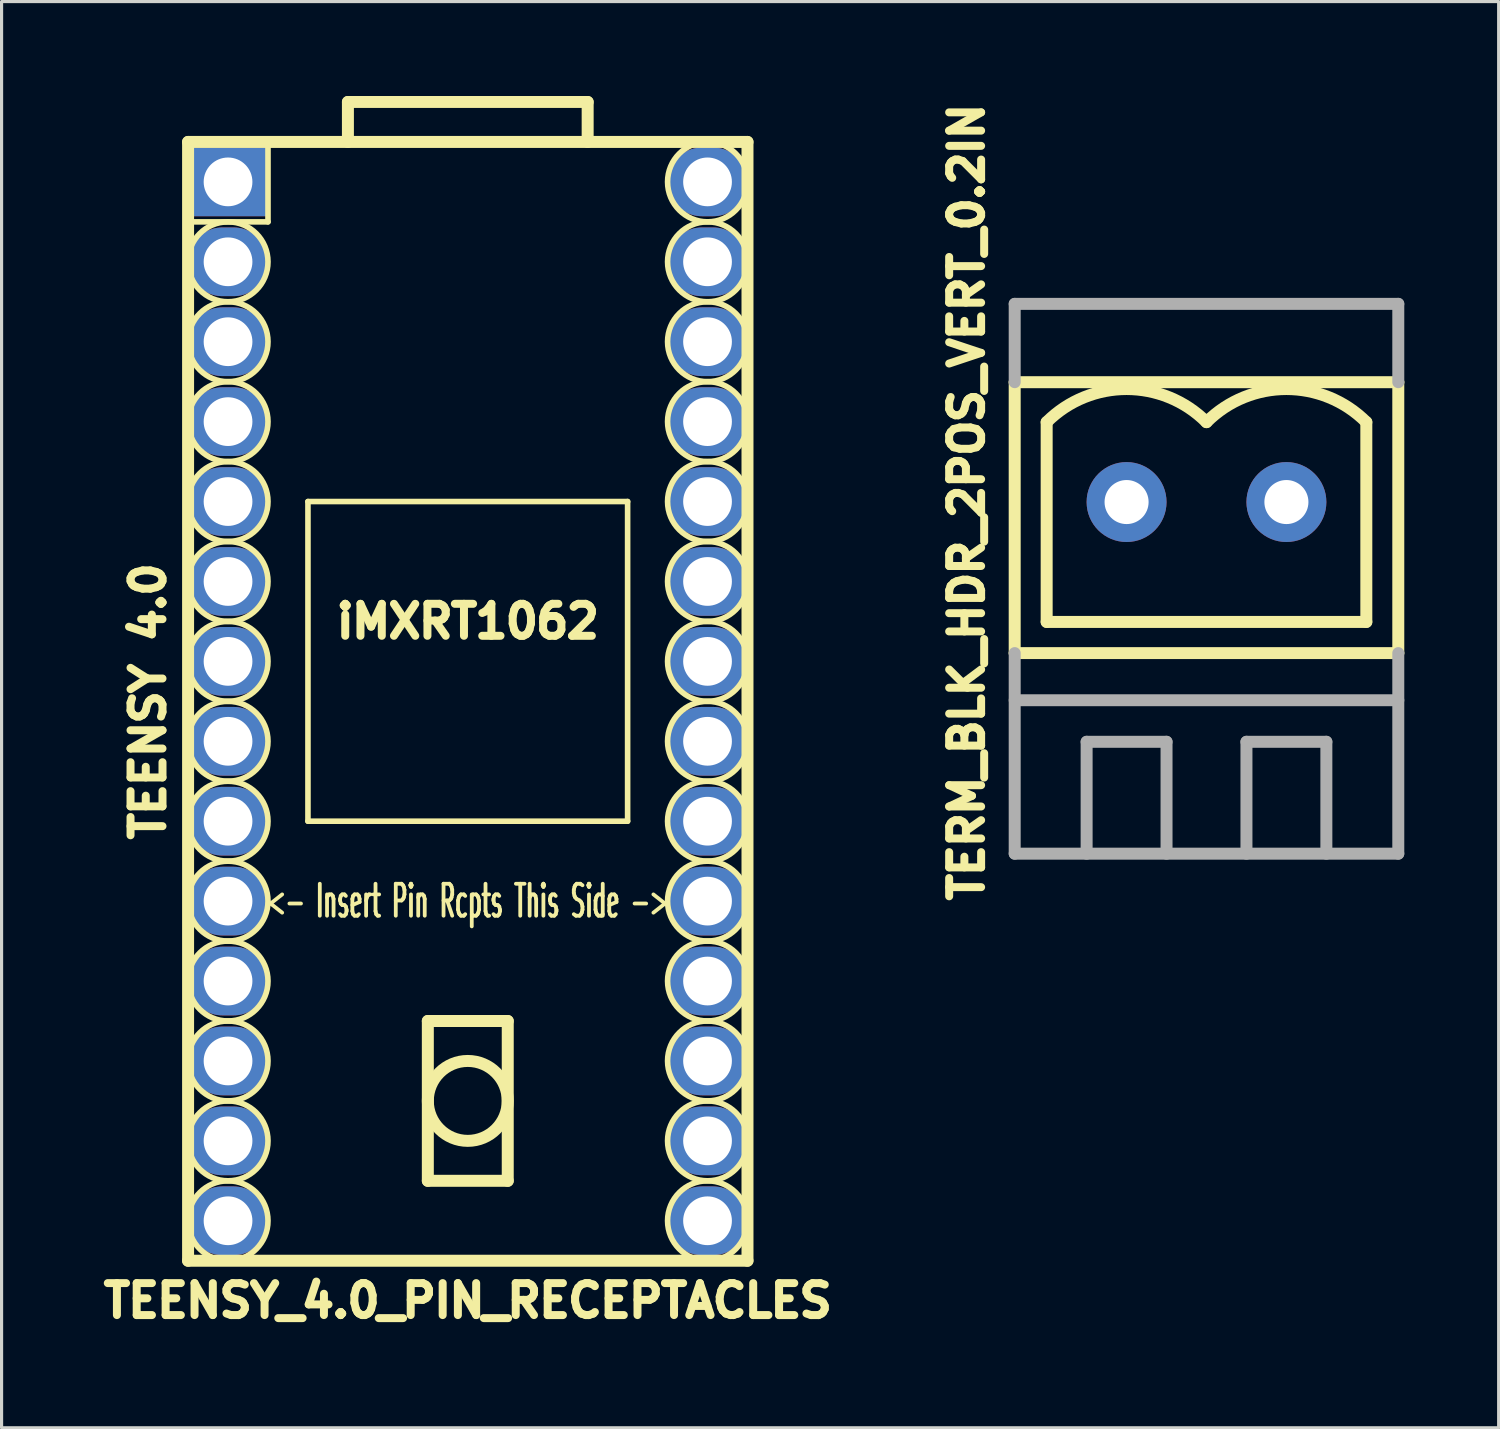
<source format=kicad_pcb>
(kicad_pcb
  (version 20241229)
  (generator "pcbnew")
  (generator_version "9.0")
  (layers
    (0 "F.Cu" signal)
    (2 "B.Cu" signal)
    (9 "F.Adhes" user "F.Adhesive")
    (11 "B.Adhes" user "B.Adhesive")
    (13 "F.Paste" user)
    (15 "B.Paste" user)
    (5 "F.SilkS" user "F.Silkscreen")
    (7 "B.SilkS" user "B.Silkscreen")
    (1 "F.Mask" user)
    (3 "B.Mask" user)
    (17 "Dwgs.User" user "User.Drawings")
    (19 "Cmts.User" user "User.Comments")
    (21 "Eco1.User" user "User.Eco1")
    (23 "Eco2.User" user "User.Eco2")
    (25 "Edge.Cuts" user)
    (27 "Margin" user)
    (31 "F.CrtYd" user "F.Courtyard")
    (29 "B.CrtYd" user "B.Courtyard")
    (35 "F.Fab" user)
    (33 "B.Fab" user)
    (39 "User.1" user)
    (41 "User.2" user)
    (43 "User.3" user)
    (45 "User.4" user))
  (footprint "TERM_BLK_HDR_2POS_VERT_0.2IN"
    (layer "F.Cu")
    (at 35.297 12.907)
    (property "Reference" "TERM_BLK_HDR_2POS_VERT_0.2IN" (at -7.62 0 90) (layer "F.SilkS") (effects (font (size 1.016 1.016) (thickness 0.254))))
    (attr through_hole)
    (fp_line (start -6.096 -3.81) (end -6.096 4.801) (stroke (width 0.381) (type solid)) (layer "F.SilkS"))
    (fp_line (start -5.08 3.81) (end -5.08 -2.54) (stroke (width 0.381) (type solid)) (layer "F.SilkS"))
    (fp_line (start 5.08 -2.54) (end 5.08 3.81) (stroke (width 0.381) (type solid)) (layer "F.SilkS"))
    (fp_line (start 5.08 3.81) (end -5.08 3.81) (stroke (width 0.381) (type solid)) (layer "F.SilkS"))
    (fp_line (start 6.096 -3.81) (end -6.096 -3.81) (stroke (width 0.381) (type solid)) (layer "F.SilkS"))
    (fp_line (start 6.096 -3.81) (end 6.096 4.801) (stroke (width 0.381) (type solid)) (layer "F.SilkS"))
    (fp_line (start 6.096 4.801) (end -6.096 4.801) (stroke (width 0.381) (type solid)) (layer "F.SilkS"))
    (fp_arc (start -5.08 -2.54) (mid -2.54 -3.592102) (end 0 -2.54) (stroke (width 0.381) (type solid)) (layer "F.SilkS"))
    (fp_arc (start 0 -2.54) (mid 2.54 -3.592102) (end 5.08 -2.54) (stroke (width 0.381) (type solid)) (layer "F.SilkS"))
    (fp_line (start -6.096 -6.299) (end 6.096 -6.299) (stroke (width 0.381) (type solid)) (layer "F.Fab"))
    (fp_line (start -6.096 -3.81) (end -6.096 -6.299) (stroke (width 0.381) (type solid)) (layer "F.Fab"))
    (fp_line (start -6.096 6.299) (end 6.096 6.299) (stroke (width 0.381) (type solid)) (layer "F.Fab"))
    (fp_line (start -6.096 11.176) (end -6.096 4.801) (stroke (width 0.381) (type solid)) (layer "F.Fab"))
    (fp_line (start -3.81 7.62) (end -3.81 11.176) (stroke (width 0.381) (type solid)) (layer "F.Fab"))
    (fp_line (start -1.27 7.62) (end -3.81 7.62) (stroke (width 0.381) (type solid)) (layer "F.Fab"))
    (fp_line (start -1.27 11.176) (end -1.27 7.62) (stroke (width 0.381) (type solid)) (layer "F.Fab"))
    (fp_line (start 1.27 7.62) (end 3.81 7.62) (stroke (width 0.381) (type solid)) (layer "F.Fab"))
    (fp_line (start 1.27 11.176) (end 1.27 7.62) (stroke (width 0.381) (type solid)) (layer "F.Fab"))
    (fp_line (start 3.81 7.62) (end 3.81 11.176) (stroke (width 0.381) (type solid)) (layer "F.Fab"))
    (fp_line (start 6.096 -3.81) (end 6.096 -6.299) (stroke (width 0.381) (type solid)) (layer "F.Fab"))
    (fp_line (start 6.096 4.801) (end 6.096 11.176) (stroke (width 0.381) (type solid)) (layer "F.Fab"))
    (fp_line (start 6.096 11.176) (end -6.096 11.176) (stroke (width 0.381) (type solid)) (layer "F.Fab"))
    (pad "1" thru_hole circle (at 2.54 0) (size 2.54 2.54) (drill 1.4) (layers "*.Cu" "*.Mask"))
    (pad "2" thru_hole circle (at -2.54 0) (size 2.54 2.54) (drill 1.4) (layers "*.Cu" "*.Mask")))
  (footprint "TEENSY_4.0_PIN_RECEPTACLES"
    (layer "F.Cu")
    (at 11.818 19.241)
    (property "Reference" "TEENSY_4.0_PIN_RECEPTACLES" (at 0 19.05 0) (layer "F.SilkS") (effects (font (size 1.016 1.016) (thickness 0.254))))
    (attr through_hole)
    (fp_line (start -8.89 -17.78) (end -8.89 17.78) (stroke (width 0.381) (type solid)) (layer "F.SilkS"))
    (fp_line (start -8.89 -15.24) (end -6.35 -15.24) (stroke (width 0.178) (type solid)) (layer "F.SilkS"))
    (fp_line (start -8.89 17.78) (end 8.89 17.78) (stroke (width 0.381) (type solid)) (layer "F.SilkS"))
    (fp_line (start -6.35 -15.24) (end -6.35 -17.78) (stroke (width 0.178) (type solid)) (layer "F.SilkS"))
    (fp_line (start -5.08 -6.35) (end -5.08 3.81) (stroke (width 0.178) (type solid)) (layer "F.SilkS"))
    (fp_line (start -5.08 3.81) (end 5.08 3.81) (stroke (width 0.178) (type solid)) (layer "F.SilkS"))
    (fp_line (start -3.81 -19.05) (end 3.81 -19.05) (stroke (width 0.381) (type solid)) (layer "F.SilkS"))
    (fp_line (start -3.81 -17.78) (end -3.81 -19.05) (stroke (width 0.381) (type solid)) (layer "F.SilkS"))
    (fp_line (start -1.27 10.16) (end -1.27 15.24) (stroke (width 0.381) (type solid)) (layer "F.SilkS"))
    (fp_line (start -1.27 15.24) (end 1.27 15.24) (stroke (width 0.381) (type solid)) (layer "F.SilkS"))
    (fp_line (start 1.27 10.16) (end -1.27 10.16) (stroke (width 0.381) (type solid)) (layer "F.SilkS"))
    (fp_line (start 1.27 15.24) (end 1.27 10.16) (stroke (width 0.381) (type solid)) (layer "F.SilkS"))
    (fp_line (start 3.81 -19.05) (end 3.81 -17.78) (stroke (width 0.381) (type solid)) (layer "F.SilkS"))
    (fp_line (start 5.08 -6.35) (end -5.08 -6.35) (stroke (width 0.178) (type solid)) (layer "F.SilkS"))
    (fp_line (start 5.08 3.81) (end 5.08 -6.35) (stroke (width 0.178) (type solid)) (layer "F.SilkS"))
    (fp_line (start 8.89 -17.78) (end -8.89 -17.78) (stroke (width 0.381) (type solid)) (layer "F.SilkS"))
    (fp_line (start 8.89 17.78) (end 8.89 -17.78) (stroke (width 0.381) (type solid)) (layer "F.SilkS"))
    (fp_circle (center -7.62 -13.97) (end -6.35 -13.97) (stroke (width 0.178) (type solid)) (fill no) (layer "F.SilkS"))
    (fp_circle (center -7.62 -11.43) (end -6.35 -11.43) (stroke (width 0.178) (type solid)) (fill no) (layer "F.SilkS"))
    (fp_circle (center -7.62 -8.89) (end -6.35 -8.89) (stroke (width 0.178) (type solid)) (fill no) (layer "F.SilkS"))
    (fp_circle (center -7.62 -6.35) (end -6.35 -6.35) (stroke (width 0.178) (type solid)) (fill no) (layer "F.SilkS"))
    (fp_circle (center -7.62 -3.81) (end -6.35 -3.81) (stroke (width 0.178) (type solid)) (fill no) (layer "F.SilkS"))
    (fp_circle (center -7.62 -1.27) (end -6.35 -1.27) (stroke (width 0.178) (type solid)) (fill no) (layer "F.SilkS"))
    (fp_circle (center -7.62 1.27) (end -6.35 1.27) (stroke (width 0.178) (type solid)) (fill no) (layer "F.SilkS"))
    (fp_circle (center -7.62 3.81) (end -6.35 3.81) (stroke (width 0.178) (type solid)) (fill no) (layer "F.SilkS"))
    (fp_circle (center -7.62 6.35) (end -6.35 6.35) (stroke (width 0.178) (type solid)) (fill no) (layer "F.SilkS"))
    (fp_circle (center -7.62 8.89) (end -6.35 8.89) (stroke (width 0.178) (type solid)) (fill no) (layer "F.SilkS"))
    (fp_circle (center -7.62 11.43) (end -6.35 11.43) (stroke (width 0.178) (type solid)) (fill no) (layer "F.SilkS"))
    (fp_circle (center -7.62 13.97) (end -6.35 13.97) (stroke (width 0.178) (type solid)) (fill no) (layer "F.SilkS"))
    (fp_circle (center -7.62 16.51) (end -6.35 16.51) (stroke (width 0.178) (type solid)) (fill no) (layer "F.SilkS"))
    (fp_circle (center 0 12.7) (end -1.27 12.7) (stroke (width 0.381) (type solid)) (fill no) (layer "F.SilkS"))
    (fp_circle (center 7.62 -16.51) (end 8.89 -16.51) (stroke (width 0.178) (type solid)) (fill no) (layer "F.SilkS"))
    (fp_circle (center 7.62 -13.97) (end 8.89 -13.97) (stroke (width 0.178) (type solid)) (fill no) (layer "F.SilkS"))
    (fp_circle (center 7.62 -11.43) (end 8.89 -11.43) (stroke (width 0.178) (type solid)) (fill no) (layer "F.SilkS"))
    (fp_circle (center 7.62 -8.89) (end 8.89 -8.89) (stroke (width 0.178) (type solid)) (fill no) (layer "F.SilkS"))
    (fp_circle (center 7.62 -6.35) (end 8.89 -6.35) (stroke (width 0.178) (type solid)) (fill no) (layer "F.SilkS"))
    (fp_circle (center 7.62 -3.81) (end 8.89 -3.81) (stroke (width 0.178) (type solid)) (fill no) (layer "F.SilkS"))
    (fp_circle (center 7.62 -1.27) (end 8.89 -1.27) (stroke (width 0.178) (type solid)) (fill no) (layer "F.SilkS"))
    (fp_circle (center 7.62 1.27) (end 8.89 1.27) (stroke (width 0.178) (type solid)) (fill no) (layer "F.SilkS"))
    (fp_circle (center 7.62 3.81) (end 8.89 3.81) (stroke (width 0.178) (type solid)) (fill no) (layer "F.SilkS"))
    (fp_circle (center 7.62 6.35) (end 8.89 6.35) (stroke (width 0.178) (type solid)) (fill no) (layer "F.SilkS"))
    (fp_circle (center 7.62 8.89) (end 8.89 8.89) (stroke (width 0.178) (type solid)) (fill no) (layer "F.SilkS"))
    (fp_circle (center 7.62 11.43) (end 8.89 11.43) (stroke (width 0.178) (type solid)) (fill no) (layer "F.SilkS"))
    (fp_circle (center 7.62 13.97) (end 8.89 13.97) (stroke (width 0.178) (type solid)) (fill no) (layer "F.SilkS"))
    (fp_circle (center 7.62 16.51) (end 8.89 16.51) (stroke (width 0.178) (type solid)) (fill no) (layer "F.SilkS"))
    (fp_text user "TEENSY 4.0" (at -10.16 0 90) (layer "F.SilkS") (effects (font (size 1.016 1.016) (thickness 0.254))))
    (fp_text user "<- Insert Pin Rcpts This Side ->" (at 0 6.35 0) (layer "F.SilkS") (effects (font (size 1.016 0.483) (thickness 0.121))))
    (fp_text user "iMXRT1062" (at 0 -2.54 0) (layer "F.SilkS") (effects (font (size 1.016 1.016) (thickness 0.254))))
    (pad "" thru_hole oval (at 7.62 -13.97) (size 2.54 2.184) (drill 1.549) (layers "*.Cu" "*.Mask"))
    (pad "0" thru_hole oval (at -7.62 -13.97) (size 2.54 2.184) (drill 1.549) (layers "*.Cu" "*.Mask"))
    (pad "1" thru_hole oval (at -7.62 -11.43) (size 2.54 2.184) (drill 1.549) (layers "*.Cu" "*.Mask"))
    (pad "2" thru_hole oval (at -7.62 -8.89) (size 2.54 2.184) (drill 1.549) (layers "*.Cu" "*.Mask"))
    (pad "3" thru_hole oval (at -7.62 -6.35) (size 2.54 2.184) (drill 1.549) (layers "*.Cu" "*.Mask"))
    (pad "3V3" thru_hole oval (at 7.62 -11.43) (size 2.54 2.184) (drill 1.549) (layers "*.Cu" "*.Mask"))
    (pad "4" thru_hole oval (at -7.62 -3.81) (size 2.54 2.184) (drill 1.549) (layers "*.Cu" "*.Mask"))
    (pad "5" thru_hole oval (at -7.62 -1.27) (size 2.54 2.184) (drill 1.549) (layers "*.Cu" "*.Mask"))
    (pad "6" thru_hole oval (at -7.62 1.27) (size 2.54 2.184) (drill 1.549) (layers "*.Cu" "*.Mask"))
    (pad "7" thru_hole oval (at -7.62 3.81) (size 2.54 2.184) (drill 1.549) (layers "*.Cu" "*.Mask"))
    (pad "8" thru_hole oval (at -7.62 6.35) (size 2.54 2.184) (drill 1.549) (layers "*.Cu" "*.Mask"))
    (pad "9" thru_hole oval (at -7.62 8.89) (size 2.54 2.184) (drill 1.549) (layers "*.Cu" "*.Mask"))
    (pad "10" thru_hole oval (at -7.62 11.43) (size 2.54 2.184) (drill 1.549) (layers "*.Cu" "*.Mask"))
    (pad "11" thru_hole oval (at -7.62 13.97) (size 2.54 2.184) (drill 1.549) (layers "*.Cu" "*.Mask"))
    (pad "12" thru_hole oval (at -7.62 16.51) (size 2.54 2.184) (drill 1.549) (layers "*.Cu" "*.Mask"))
    (pad "13" thru_hole oval (at 7.62 16.51) (size 2.54 2.184) (drill 1.549) (layers "*.Cu" "*.Mask"))
    (pad "14" thru_hole oval (at 7.62 13.97) (size 2.54 2.184) (drill 1.549) (layers "*.Cu" "*.Mask"))
    (pad "15" thru_hole oval (at 7.62 11.43) (size 2.54 2.184) (drill 1.549) (layers "*.Cu" "*.Mask"))
    (pad "16" thru_hole oval (at 7.62 8.89) (size 2.54 2.184) (drill 1.549) (layers "*.Cu" "*.Mask"))
    (pad "17" thru_hole oval (at 7.62 6.35) (size 2.54 2.184) (drill 1.549) (layers "*.Cu" "*.Mask"))
    (pad "18" thru_hole oval (at 7.62 3.81) (size 2.54 2.184) (drill 1.549) (layers "*.Cu" "*.Mask"))
    (pad "19" thru_hole oval (at 7.62 1.27) (size 2.54 2.184) (drill 1.549) (layers "*.Cu" "*.Mask"))
    (pad "20" thru_hole oval (at 7.62 -1.27) (size 2.54 2.184) (drill 1.549) (layers "*.Cu" "*.Mask"))
    (pad "21" thru_hole oval (at 7.62 -3.81) (size 2.54 2.184) (drill 1.549) (layers "*.Cu" "*.Mask"))
    (pad "22" thru_hole oval (at 7.62 -6.35) (size 2.54 2.184) (drill 1.549) (layers "*.Cu" "*.Mask"))
    (pad "23" thru_hole oval (at 7.62 -8.89) (size 2.54 2.184) (drill 1.549) (layers "*.Cu" "*.Mask"))
    (pad "GND" thru_hole rect (at -7.62 -16.51) (size 2.54 2.184) (drill 1.549) (layers "*.Cu" "*.Mask"))
    (pad "V" thru_hole oval (at 7.62 -16.51) (size 2.54 2.184) (drill 1.549) (layers "*.Cu" "*.Mask")))
  (gr_rect
    (start -3 -3)
    (end 44.583 42.331)
    (stroke (width 0.1) (type default))
    (fill no)
    (layer "Edge.Cuts")))
</source>
